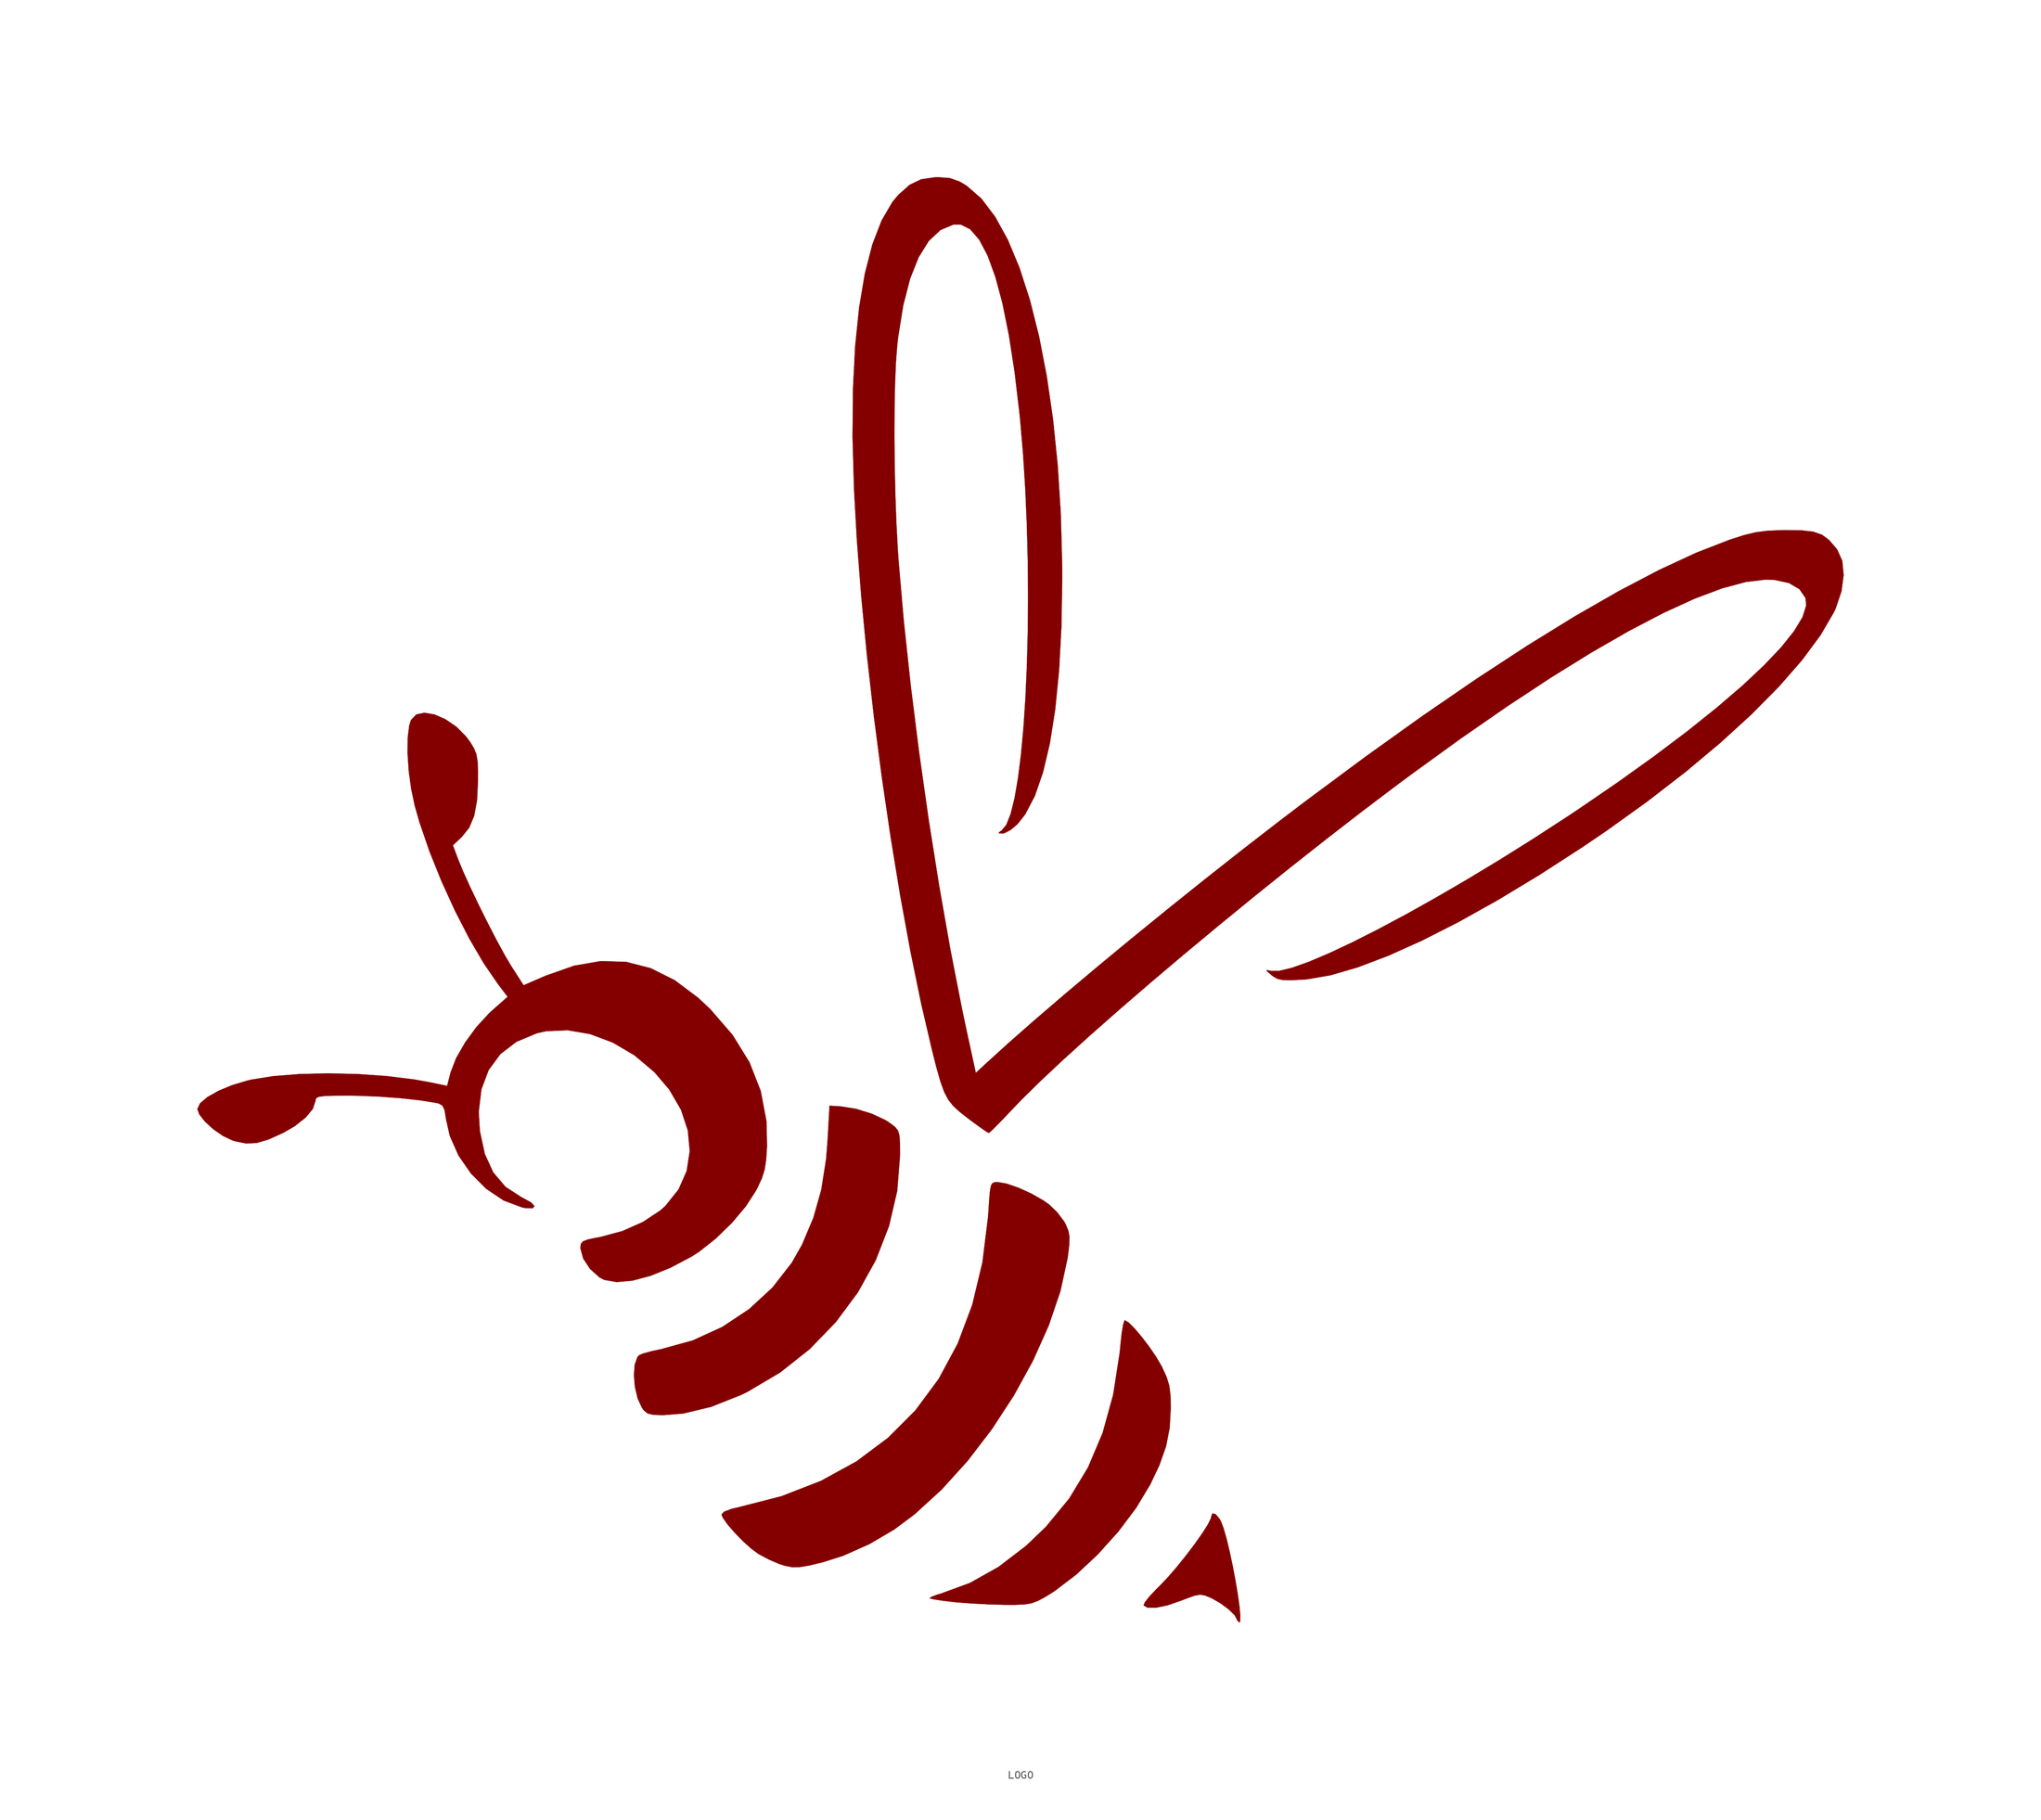
<source format=kicad_sym>
(kicad_symbol_lib
  (version 20220914)
  (generator "bitmap2component")
  (generator_version "8.0")
  (symbol "LOGO"
    (pin_names
      (offset 1.016))
    (property "Reference" "#G"
      (at 0 175.754 0)
      (effects (font (size 1.27 1.27)) hide))
    (symbol "LOGO_0_0"
      (polyline (pts (xy 27.194 -88.42) (xy 27.217 -87.739) (xy 27.113 -86.582) (xy 26.906 -85.081) (xy 26.619 -83.365) (xy 26.276 -81.564) (xy 25.902 -79.809) (xy 25.52 -78.229) (xy 25.154 -76.955) (xy 24.828 -76.116) (xy 24.688 -75.867) (xy 24.192 -75.275) (xy 23.797 -75.176) (xy 23.636 -75.626) (xy 23.608 -75.775) (xy 23.25 -76.514) (xy 22.552 -77.614) (xy 21.609 -78.949) (xy 20.513 -80.394) (xy 19.359 -81.825) (xy 18.24 -83.116) (xy 17.251 -84.142) (xy 16.933 -84.451) (xy 16.067 -85.37) (xy 15.508 -86.084) (xy 15.363 -86.459) (xy 15.843 -86.732) (xy 16.868 -86.741) (xy 18.291 -86.446) (xy 19.994 -85.863) (xy 20.613 -85.618) (xy 21.617 -85.259) (xy 22.301 -85.14) (xy 22.892 -85.241) (xy 23.619 -85.541) (xy 23.741 -85.597) (xy 24.813 -86.213) (xy 25.802 -86.954) (xy 26.529 -87.67) (xy 26.811 -88.209) (xy 26.818 -88.279) (xy 27.105 -88.547) (xy 27.194 -88.42)) (stroke (width 0.01) (type default)) (fill (type outline)))
      (polyline (pts (xy 0.787 -86.337) (xy 1.676 -86.184) (xy 2.459 -85.885) (xy 3.351 -85.402) (xy 4.461 -84.708) (xy 7.122 -82.679) (xy 9.773 -80.198) (xy 12.267 -77.425) (xy 14.455 -74.516) (xy 16.192 -71.629) (xy 17.313 -69.264) (xy 18.124 -66.953) (xy 18.564 -64.696) (xy 18.697 -62.258) (xy 18.663 -60.709) (xy 18.513 -59.521) (xy 18.187 -58.457) (xy 17.62 -57.223) (xy 17.572 -57.129) (xy 16.913 -56.002) (xy 16.066 -54.761) (xy 15.145 -53.55) (xy 14.263 -52.509) (xy 13.532 -51.78) (xy 13.066 -51.506) (xy 13.017 -51.545) (xy 12.855 -52.073) (xy 12.686 -53.084) (xy 12.541 -54.416) (xy 12.441 -55.466) (xy 11.639 -60.626) (xy 10.351 -65.302) (xy 8.562 -69.53) (xy 6.257 -73.349) (xy 3.42 -76.794) (xy 0.998 -79.124) (xy -2.395 -81.725) (xy -5.906 -83.698) (xy -9.472 -85.006) (xy -9.938 -85.141) (xy -10.64 -85.406) (xy -10.841 -85.584) (xy -10.8 -85.607) (xy -10.248 -85.731) (xy -9.22 -85.886) (xy -7.896 -86.043) (xy -7.545 -86.078) (xy -5.726 -86.217) (xy -3.673 -86.325) (xy -1.764 -86.38) (xy -0.42 -86.387) (xy 0.787 -86.337)) (stroke (width 0.01) (type default)) (fill (type outline)))
      (polyline (pts (xy -26.77 -81.764) (xy -25.572 -81.564) (xy -23.907 -81.163) (xy -21.426 -80.373) (xy -18.209 -78.941) (xy -15.169 -77.153) (xy -12.663 -75.28) (xy -9.36 -72.257) (xy -6.188 -68.752) (xy -3.219 -64.878) (xy -0.525 -60.748) (xy 1.821 -56.474) (xy 3.748 -52.169) (xy 5.184 -47.946) (xy 6.057 -43.917) (xy 6.111 -43.54) (xy 6.273 -42.188) (xy 6.289 -41.257) (xy 6.148 -40.526) (xy 5.838 -39.772) (xy 5.626 -39.389) (xy 4.8 -38.297) (xy 3.813 -37.341) (xy 3.084 -36.824) (xy 1.638 -36.001) (xy 0.07 -35.284) (xy -1.388 -34.777) (xy -2.504 -34.581) (xy -2.745 -34.582) (xy -3.078 -34.655) (xy -3.295 -34.926) (xy -3.435 -35.521) (xy -3.537 -36.568) (xy -3.642 -38.193) (xy -3.682 -38.793) (xy -4.378 -44.423) (xy -5.625 -49.624) (xy -7.414 -54.384) (xy -9.735 -58.693) (xy -12.579 -62.538) (xy -15.936 -65.91) (xy -19.797 -68.797) (xy -24.152 -71.188) (xy -28.992 -73.072) (xy -34.308 -74.436) (xy -35.08 -74.617) (xy -36.003 -74.959) (xy -36.336 -75.305) (xy -36.183 -75.707) (xy -35.616 -76.514) (xy -34.76 -77.509) (xy -33.756 -78.543) (xy -32.744 -79.463) (xy -31.864 -80.119) (xy -31.723 -80.204) (xy -30.506 -80.849) (xy -29.322 -81.357) (xy -28.601 -81.594) (xy -27.711 -81.772) (xy -26.77 -81.764)) (stroke (width 0.01) (type default)) (fill (type outline)))
      (polyline (pts (xy -41.018 -62.945) (xy -37.605 -62.125) (xy -33.955 -60.677) (xy -33.149 -60.285) (xy -29.142 -57.913) (xy -25.521 -55.044) (xy -22.332 -51.748) (xy -19.621 -48.092) (xy -17.433 -44.146) (xy -15.814 -39.978) (xy -14.809 -35.658) (xy -14.464 -31.254) (xy -14.474 -29.799) (xy -14.54 -28.862) (xy -14.716 -28.27) (xy -15.054 -27.844) (xy -15.61 -27.403) (xy -16.23 -26.998) (xy -17.928 -26.204) (xy -19.859 -25.605) (xy -21.702 -25.311) (xy -23.107 -25.224) (xy -23.343 -29.457) (xy -23.525 -31.761) (xy -24.116 -35.522) (xy -25.086 -38.957) (xy -26.485 -42.269) (xy -27.735 -44.469) (xy -30.105 -47.515) (xy -32.975 -50.159) (xy -36.261 -52.338) (xy -39.879 -53.99) (xy -43.744 -55.054) (xy -44.895 -55.3) (xy -45.9 -55.574) (xy -46.433 -55.795) (xy -46.626 -56.005) (xy -46.965 -56.928) (xy -47.068 -58.222) (xy -46.947 -59.679) (xy -46.614 -61.092) (xy -46.079 -62.251) (xy -45.854 -62.563) (xy -45.385 -62.939) (xy -44.667 -63.106) (xy -43.472 -63.142) (xy -41.018 -62.945)) (stroke (width 0.01) (type default)) (fill (type outline)))
      (polyline (pts (xy -47.258 -46.664) (xy -45.023 -46.069) (xy -42.562 -45.072) (xy -39.963 -43.693) (xy -39.059 -43.11) (xy -37.023 -41.499) (xy -35.058 -39.584) (xy -33.355 -37.563) (xy -32.106 -35.631) (xy -31.929 -35.29) (xy -31.383 -34.116) (xy -31.05 -33.047) (xy -30.863 -31.814) (xy -30.757 -30.147) (xy -30.828 -27.13) (xy -31.526 -23.428) (xy -32.907 -19.904) (xy -34.972 -16.555) (xy -37.719 -13.381) (xy -39.193 -12) (xy -42.068 -9.844) (xy -44.987 -8.381) (xy -47.99 -7.604) (xy -51.116 -7.503) (xy -54.404 -8.072) (xy -57.895 -9.302) (xy -60.579 -10.463) (xy -62.07 -8.142) (xy -62.138 -8.035) (xy -62.951 -6.65) (xy -63.948 -4.811) (xy -65.04 -2.695) (xy -66.141 -0.477) (xy -67.162 1.665) (xy -68.016 3.556) (xy -68.615 5.02) (xy -69.235 6.688) (xy -68.187 7.666) (xy -68.162 7.691) (xy -67.247 8.83) (xy -66.631 10.294) (xy -66.281 12.199) (xy -66.163 14.663) (xy -66.164 15.735) (xy -66.215 16.971) (xy -66.364 17.846) (xy -66.656 18.571) (xy -67.133 19.356) (xy -67.614 20.008) (xy -68.81 21.21) (xy -70.145 22.127) (xy -71.493 22.714) (xy -72.732 22.924) (xy -73.735 22.712) (xy -74.379 22.032) (xy -74.59 21.357) (xy -74.776 19.851) (xy -74.794 17.943) (xy -74.651 15.806) (xy -74.356 13.612) (xy -73.915 11.533) (xy -73.325 9.467) (xy -72.118 5.951) (xy -70.65 2.301) (xy -69 -1.316) (xy -67.244 -4.736) (xy -65.46 -7.792) (xy -63.725 -10.319) (xy -62.537 -11.876) (xy -64.398 -13.517) (xy -64.783 -13.87) (xy -66.348 -15.568) (xy -67.754 -17.487) (xy -68.86 -19.419) (xy -69.528 -21.155) (xy -69.948 -22.791) (xy -72.104 -22.345) (xy -73.988 -22.007) (xy -77.321 -21.596) (xy -80.894 -21.347) (xy -84.522 -21.262) (xy -88.02 -21.345) (xy -91.204 -21.596) (xy -93.89 -22.02) (xy -94.408 -22.14) (xy -96.292 -22.706) (xy -97.969 -23.404) (xy -99.317 -24.168) (xy -100.215 -24.932) (xy -100.542 -25.63) (xy -100.315 -26.279) (xy -99.609 -27.179) (xy -98.587 -28.112) (xy -97.416 -28.926) (xy -96.265 -29.471) (xy -95.934 -29.576) (xy -94.581 -29.852) (xy -93.279 -29.793) (xy -91.824 -29.367) (xy -90.011 -28.546) (xy -88.621 -27.742) (xy -87.28 -26.684) (xy -86.396 -25.624) (xy -86.078 -24.667) (xy -86.072 -24.543) (xy -85.969 -24.289) (xy -85.639 -24.127) (xy -84.965 -24.037) (xy -83.825 -23.997) (xy -82.1 -23.989) (xy -81.005 -24) (xy -78.354 -24.105) (xy -75.677 -24.303) (xy -73.218 -24.573) (xy -71.22 -24.895) (xy -70.988 -24.951) (xy -70.521 -25.212) (xy -70.259 -25.781) (xy -70.087 -26.856) (xy -69.625 -28.924) (xy -68.556 -31.334) (xy -67.027 -33.541) (xy -65.147 -35.419) (xy -63.024 -36.844) (xy -60.766 -37.689) (xy -60.305 -37.777) (xy -59.47 -37.791) (xy -59.246 -37.536) (xy -59.638 -37.089) (xy -60.655 -36.523) (xy -60.818 -36.448) (xy -62.792 -35.166) (xy -64.291 -33.401) (xy -65.332 -31.126) (xy -65.935 -28.313) (xy -66.072 -25.985) (xy -65.745 -23.226) (xy -64.856 -20.856) (xy -63.418 -18.902) (xy -61.448 -17.392) (xy -58.962 -16.352) (xy -57.863 -16.101) (xy -55.2 -15.977) (xy -52.426 -16.453) (xy -49.655 -17.493) (xy -46.995 -19.059) (xy -44.557 -21.116) (xy -42.744 -23.245) (xy -41.304 -25.724) (xy -40.464 -28.262) (xy -40.23 -30.785) (xy -40.606 -33.217) (xy -41.601 -35.482) (xy -43.219 -37.505) (xy -43.846 -38.062) (xy -45.971 -39.47) (xy -48.478 -40.584) (xy -51.141 -41.297) (xy -51.611 -41.383) (xy -52.716 -41.616) (xy -53.319 -41.851) (xy -53.57 -42.17) (xy -53.62 -42.654) (xy -53.618 -42.727) (xy -53.279 -43.955) (xy -52.45 -45.215) (xy -51.279 -46.274) (xy -50.71 -46.568) (xy -49.183 -46.837) (xy -47.258 -46.664)) (stroke (width 0.01) (type default)) (fill (type outline)))
      (polyline (pts (xy -3.353 -28.375) (xy -2.714 -27.752) (xy -1.792 -26.808) (xy -0.689 -25.645) (xy 0.398 -24.513) (xy 2.73 -22.216) (xy 5.537 -19.583) (xy 8.757 -16.664) (xy 12.332 -13.51) (xy 16.198 -10.172) (xy 20.298 -6.702) (xy 24.57 -3.149) (xy 28.953 0.434) (xy 33.387 3.997) (xy 37.812 7.488) (xy 42.166 10.858) (xy 46.39 14.054) (xy 48.208 15.404) (xy 54.21 19.752) (xy 59.895 23.692) (xy 65.241 27.214) (xy 70.231 30.306) (xy 74.844 32.959) (xy 79.062 35.16) (xy 82.864 36.9) (xy 86.232 38.167) (xy 89.146 38.951) (xy 91.586 39.241) (xy 92.657 39.202) (xy 94.412 38.818) (xy 95.706 38.062) (xy 96.447 36.979) (xy 96.528 36.068) (xy 96.084 34.656) (xy 95.058 32.948) (xy 93.472 30.963) (xy 91.35 28.723) (xy 88.712 26.248) (xy 85.581 23.559) (xy 81.979 20.675) (xy 77.929 17.619) (xy 73.452 14.41) (xy 68.57 11.068) (xy 67.184 10.146) (xy 63.113 7.501) (xy 59.064 4.962) (xy 55.087 2.556) (xy 51.234 0.31) (xy 47.556 -1.749) (xy 44.103 -3.596) (xy 40.926 -5.203) (xy 38.076 -6.543) (xy 35.604 -7.59) (xy 33.56 -8.317) (xy 31.996 -8.697) (xy 30.962 -8.704) (xy 30.906 -8.69) (xy 30.432 -8.595) (xy 30.473 -8.742) (xy 31.044 -9.233) (xy 31.247 -9.392) (xy 31.764 -9.684) (xy 32.426 -9.828) (xy 33.417 -9.849) (xy 34.925 -9.773) (xy 35.406 -9.735) (xy 38.268 -9.241) (xy 41.592 -8.275) (xy 45.339 -6.854) (xy 49.473 -4.995) (xy 53.957 -2.716) (xy 58.755 -0.035) (xy 63.83 3.032) (xy 69.144 6.467) (xy 71.985 8.396) (xy 77.046 12.028) (xy 81.74 15.657) (xy 86.027 19.246) (xy 89.867 22.755) (xy 93.218 26.147) (xy 96.039 29.383) (xy 98.29 32.426) (xy 99.93 35.237) (xy 100.158 35.729) (xy 100.852 37.799) (xy 101.119 39.787) (xy 100.953 41.539) (xy 100.344 42.902) (xy 100.183 43.114) (xy 99.338 44.092) (xy 98.475 44.734) (xy 97.425 45.106) (xy 96.016 45.274) (xy 94.075 45.303) (xy 93.554 45.297) (xy 91.8 45.227) (xy 90.356 45.043) (xy 88.907 44.692) (xy 87.136 44.12) (xy 87.067 44.096) (xy 83.019 42.518) (xy 78.511 40.426) (xy 73.556 37.828) (xy 68.167 34.733) (xy 62.358 31.148) (xy 56.142 27.082) (xy 49.532 22.544) (xy 42.543 17.542) (xy 35.187 12.083) (xy 32.011 9.667) (xy 27.608 6.258) (xy 23.108 2.712) (xy 18.595 -0.903) (xy 14.15 -4.518) (xy 9.86 -8.063) (xy 5.807 -11.472) (xy 2.075 -14.674) (xy -1.252 -17.601) (xy -4.091 -20.184) (xy -5.184 -21.2) (xy -6.279 -16.157) (xy -6.857 -13.433) (xy -8.306 -6.035) (xy -9.686 1.814) (xy -10.971 9.932) (xy -12.136 18.137) (xy -13.152 26.247) (xy -13.995 34.079) (xy -14.637 41.451) (xy -14.739 42.921) (xy -14.912 46.165) (xy -15.039 49.648) (xy -15.12 53.234) (xy -15.154 56.789) (xy -15.14 60.179) (xy -15.078 63.27) (xy -14.966 65.925) (xy -14.803 68.012) (xy -14.687 69.018) (xy -14.067 72.859) (xy -13.231 76.102) (xy -12.189 78.73) (xy -10.948 80.725) (xy -9.517 82.071) (xy -7.902 82.751) (xy -7.045 82.753) (xy -5.877 82.166) (xy -4.778 80.896) (xy -3.75 78.953) (xy -2.799 76.351) (xy -1.927 73.099) (xy -1.14 69.211) (xy -0.44 64.696) (xy 0.167 59.568) (xy 0.246 58.788) (xy 0.602 54.62) (xy 0.874 50.305) (xy 1.065 45.904) (xy 1.177 41.477) (xy 1.213 37.086) (xy 1.175 32.79) (xy 1.067 28.652) (xy 0.89 24.731) (xy 0.648 21.089) (xy 0.342 17.787) (xy -0.024 14.884) (xy -0.447 12.442) (xy -0.926 10.522) (xy -1.457 9.184) (xy -2.039 8.489) (xy -2.241 8.368) (xy -2.414 8.171) (xy -1.921 8.125) (xy -1.696 8.161) (xy -0.92 8.56) (xy -0.088 9.26) (xy 0.871 10.476) (xy 2.051 12.734) (xy 3.059 15.645) (xy 3.892 19.19) (xy 4.546 23.35) (xy 5.017 28.107) (xy 5.303 33.442) (xy 5.4 39.335) (xy 5.393 41.053) (xy 5.226 47.293) (xy 4.85 53.256) (xy 4.274 58.899) (xy 3.508 64.18) (xy 2.563 69.058) (xy 1.449 73.49) (xy 0.175 77.435) (xy -1.246 80.851) (xy -2.807 83.695) (xy -4.496 85.926) (xy -6.303 87.501) (xy -7.164 88.016) (xy -8.346 88.436) (xy -9.779 88.547) (xy -10.185 88.541) (xy -11.884 88.295) (xy -13.301 87.61) (xy -14.69 86.372) (xy -15.404 85.513) (xy -16.734 83.236) (xy -17.859 80.313) (xy -18.774 76.764) (xy -19.477 72.61) (xy -19.965 67.871) (xy -20.235 62.568) (xy -20.284 56.721) (xy -20.108 50.35) (xy -19.764 44.18) (xy -19.225 37.206) (xy -18.524 29.945) (xy -17.679 22.522) (xy -16.706 15.06) (xy -15.623 7.683) (xy -14.447 0.515) (xy -13.196 -6.319) (xy -11.886 -12.697) (xy -10.535 -18.493) (xy -10.011 -20.549) (xy -9.53 -22.248) (xy -9.076 -23.509) (xy -8.581 -24.462) (xy -7.974 -25.237) (xy -7.189 -25.964) (xy -6.154 -26.774) (xy -5.739 -27.087) (xy -4.702 -27.847) (xy -3.944 -28.377) (xy -3.603 -28.575) (xy -3.353 -28.375)) (stroke (width 0.01) (type default)) (fill (type outline))))))
</source>
